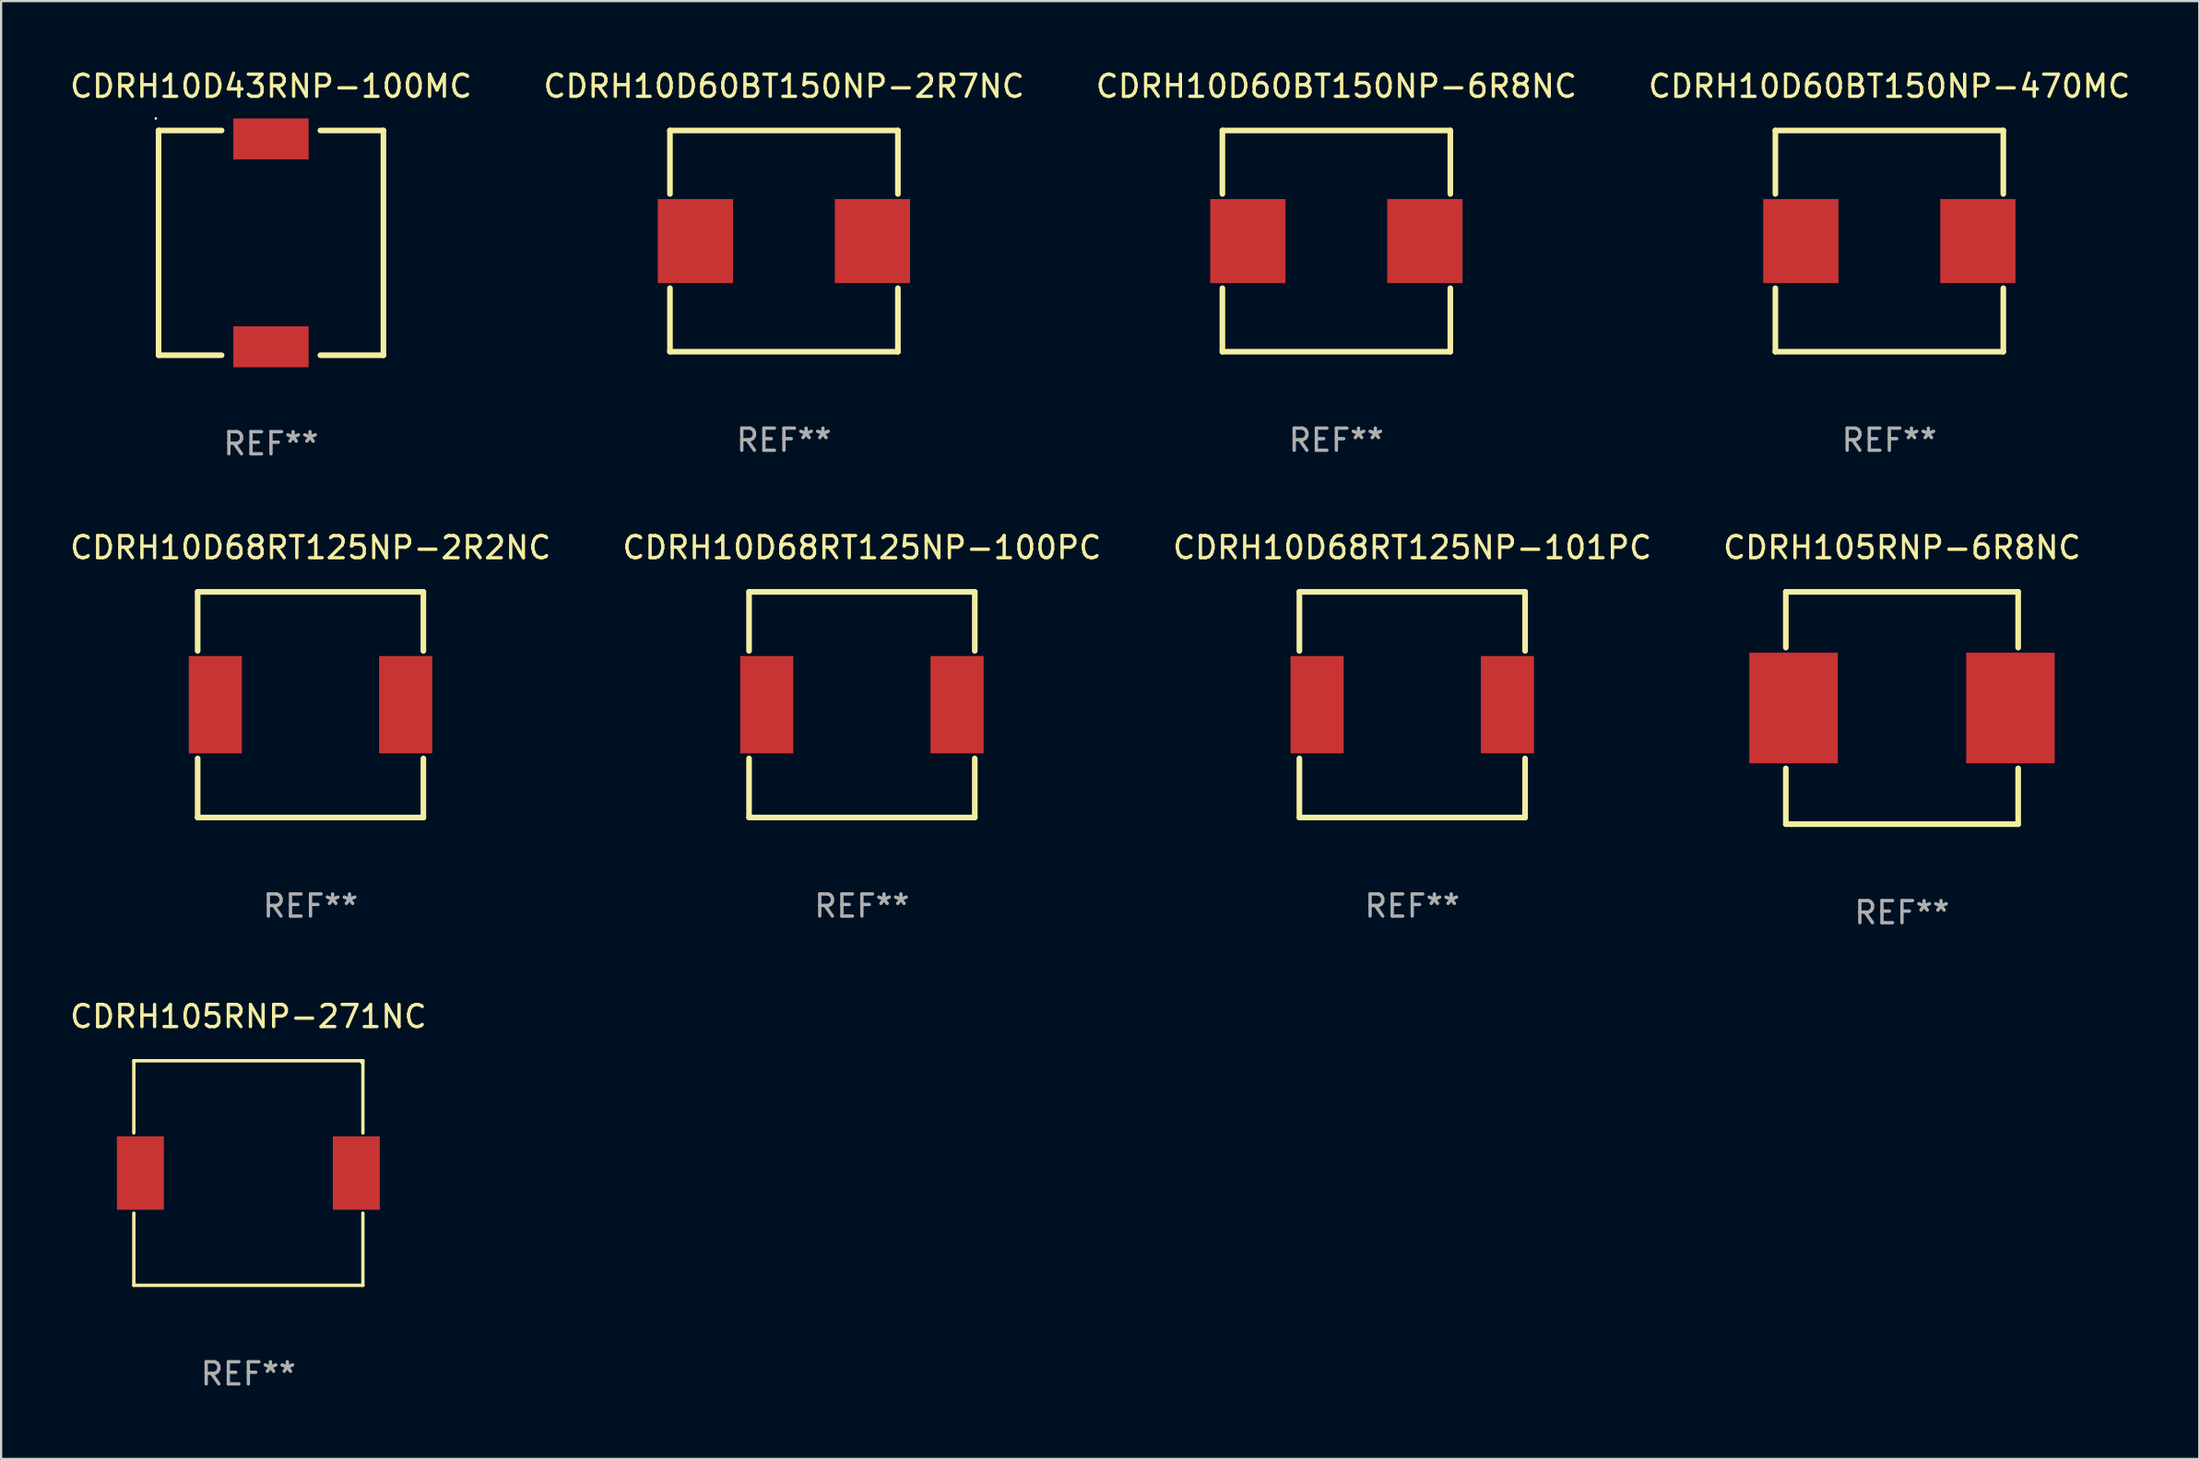
<source format=kicad_pcb>
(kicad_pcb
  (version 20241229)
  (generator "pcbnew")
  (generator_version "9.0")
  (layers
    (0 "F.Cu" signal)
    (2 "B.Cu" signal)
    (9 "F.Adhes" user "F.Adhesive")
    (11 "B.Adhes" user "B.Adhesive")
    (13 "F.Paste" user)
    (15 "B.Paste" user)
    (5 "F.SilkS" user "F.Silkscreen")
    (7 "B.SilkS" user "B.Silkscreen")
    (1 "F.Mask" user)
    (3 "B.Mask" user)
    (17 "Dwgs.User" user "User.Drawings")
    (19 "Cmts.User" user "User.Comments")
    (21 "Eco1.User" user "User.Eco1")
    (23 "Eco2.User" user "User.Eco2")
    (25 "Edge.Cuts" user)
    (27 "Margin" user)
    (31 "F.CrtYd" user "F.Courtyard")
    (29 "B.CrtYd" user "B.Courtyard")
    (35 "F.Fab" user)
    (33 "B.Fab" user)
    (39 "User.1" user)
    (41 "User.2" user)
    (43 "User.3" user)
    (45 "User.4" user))
  (footprint "CDRH10D60BT150NP-6R8NC"
    (layer "F.Cu")
    (at 57.339 7.848)
    (property "Reference" "CDRH10D60BT150NP-6R8NC" (at 0 -7 0) (layer "F.SilkS") (effects (font (size 1 1) (thickness 0.15))))
    (attr through_hole)
    (fp_line (start -5.15 -5) (end 5.15 -5) (stroke (width 0.254) (type solid)) (layer "F.SilkS"))
    (fp_line (start -5.15 -2.131) (end -5.15 -5) (stroke (width 0.254) (type solid)) (layer "F.SilkS"))
    (fp_line (start -5.15 5) (end -5.15 2.131) (stroke (width 0.254) (type solid)) (layer "F.SilkS"))
    (fp_line (start -5.15 5) (end 5.15 5) (stroke (width 0.254) (type solid)) (layer "F.SilkS"))
    (fp_line (start 5.15 -2.131) (end 5.15 -5) (stroke (width 0.254) (type solid)) (layer "F.SilkS"))
    (fp_line (start 5.15 5) (end 5.15 2.131) (stroke (width 0.254) (type solid)) (layer "F.SilkS"))
    (fp_circle (center -5.15 5) (end -5.12 5) (stroke (width 0.06) (type solid)) (fill no) (layer "F.SilkS"))
    (fp_text user "REF**" (at 0 9 0) (layer "F.Fab") (effects (font (size 1 1) (thickness 0.15))))
    (pad "1" smd rect (at -4 0) (size 3.4 3.8) (layers "F.Cu" "F.Mask" "F.Paste"))
    (pad "2" smd rect (at 4 0) (size 3.4 3.8) (layers "F.Cu" "F.Mask" "F.Paste")))
  (footprint "CDRH105RNP-6R8NC"
    (layer "F.Cu")
    (at 82.899 28.955)
    (property "Reference" "CDRH105RNP-6R8NC" (at 0 -7.25 0) (layer "F.SilkS") (effects (font (size 1 1) (thickness 0.15))))
    (attr through_hole)
    (fp_line (start -5.25 -5.25) (end -5.25 -2.731) (stroke (width 0.254) (type solid)) (layer "F.SilkS"))
    (fp_line (start -5.25 -5.25) (end 5.25 -5.25) (stroke (width 0.254) (type solid)) (layer "F.SilkS"))
    (fp_line (start -5.25 2.731) (end -5.25 5.25) (stroke (width 0.254) (type solid)) (layer "F.SilkS"))
    (fp_line (start -4.989 5.25) (end -5.25 5.25) (stroke (width 0.254) (type solid)) (layer "F.SilkS"))
    (fp_line (start 5.25 -5.25) (end 5.25 -2.731) (stroke (width 0.254) (type solid)) (layer "F.SilkS"))
    (fp_line (start 5.25 2.731) (end 5.25 5.25) (stroke (width 0.254) (type solid)) (layer "F.SilkS"))
    (fp_line (start 5.25 5.25) (end -4.989 5.25) (stroke (width 0.254) (type solid)) (layer "F.SilkS"))
    (fp_circle (center -5.25 5.25) (end -5.22 5.25) (stroke (width 0.06) (type solid)) (fill no) (layer "F.SilkS"))
    (fp_text user "REF**" (at 0 9.25 0) (layer "F.Fab") (effects (font (size 1 1) (thickness 0.15))))
    (pad "1" smd rect (at -4.9 -0.000013) (size 4 5) (layers "F.Cu" "F.Mask" "F.Paste"))
    (pad "2" smd rect (at 4.9 -0.000013) (size 4 5) (layers "F.Cu" "F.Mask" "F.Paste")))
  (footprint "CDRH10D68RT125NP-100PC"
    (layer "F.Cu")
    (at 35.899 28.805)
    (property "Reference" "CDRH10D68RT125NP-100PC" (at 0 -7.1 0) (layer "F.SilkS") (effects (font (size 1 1) (thickness 0.15))))
    (attr through_hole)
    (fp_line (start -5.1 -5.1) (end 5.1 -5.1) (stroke (width 0.254) (type solid)) (layer "F.SilkS"))
    (fp_line (start -5.1 -2.431) (end -5.1 -5.1) (stroke (width 0.254) (type solid)) (layer "F.SilkS"))
    (fp_line (start -5.1 5.1) (end -5.1 2.431) (stroke (width 0.254) (type solid)) (layer "F.SilkS"))
    (fp_line (start -5.1 5.1) (end 5.1 5.1) (stroke (width 0.254) (type solid)) (layer "F.SilkS"))
    (fp_line (start 5.1 -2.431) (end 5.1 -5.1) (stroke (width 0.254) (type solid)) (layer "F.SilkS"))
    (fp_line (start 5.1 5.1) (end 5.1 2.431) (stroke (width 0.254) (type solid)) (layer "F.SilkS"))
    (fp_circle (center -5.1 5.1) (end -5.07 5.1) (stroke (width 0.06) (type solid)) (fill no) (layer "F.SilkS"))
    (fp_text user "REF**" (at 0 9.1 0) (layer "F.Fab") (effects (font (size 1 1) (thickness 0.15))))
    (pad "1" smd rect (at -4.3 0) (size 2.4 4.4) (layers "F.Cu" "F.Mask" "F.Paste"))
    (pad "2" smd rect (at 4.3 0) (size 2.4 4.4) (layers "F.Cu" "F.Mask" "F.Paste")))
  (footprint "CDRH10D60BT150NP-2R7NC"
    (layer "F.Cu")
    (at 32.375 7.848)
    (property "Reference" "CDRH10D60BT150NP-2R7NC" (at 0 -7 0) (layer "F.SilkS") (effects (font (size 1 1) (thickness 0.15))))
    (attr through_hole)
    (fp_line (start -5.15 -5) (end 5.15 -5) (stroke (width 0.254) (type solid)) (layer "F.SilkS"))
    (fp_line (start -5.15 -2.131) (end -5.15 -5) (stroke (width 0.254) (type solid)) (layer "F.SilkS"))
    (fp_line (start -5.15 5) (end -5.15 2.131) (stroke (width 0.254) (type solid)) (layer "F.SilkS"))
    (fp_line (start -5.15 5) (end 5.15 5) (stroke (width 0.254) (type solid)) (layer "F.SilkS"))
    (fp_line (start 5.15 -2.131) (end 5.15 -5) (stroke (width 0.254) (type solid)) (layer "F.SilkS"))
    (fp_line (start 5.15 5) (end 5.15 2.131) (stroke (width 0.254) (type solid)) (layer "F.SilkS"))
    (fp_circle (center -5.15 5) (end -5.12 5) (stroke (width 0.06) (type solid)) (fill no) (layer "F.SilkS"))
    (fp_text user "REF**" (at 0 9 0) (layer "F.Fab") (effects (font (size 1 1) (thickness 0.15))))
    (pad "1" smd rect (at -4 0) (size 3.4 3.8) (layers "F.Cu" "F.Mask" "F.Paste"))
    (pad "2" smd rect (at 4 0) (size 3.4 3.8) (layers "F.Cu" "F.Mask" "F.Paste")))
  (footprint "CDRH10D68RT125NP-101PC"
    (layer "F.Cu")
    (at 60.768 28.805)
    (property "Reference" "CDRH10D68RT125NP-101PC" (at 0 -7.1 0) (layer "F.SilkS") (effects (font (size 1 1) (thickness 0.15))))
    (attr through_hole)
    (fp_line (start -5.1 -5.1) (end 5.1 -5.1) (stroke (width 0.254) (type solid)) (layer "F.SilkS"))
    (fp_line (start -5.1 -2.431) (end -5.1 -5.1) (stroke (width 0.254) (type solid)) (layer "F.SilkS"))
    (fp_line (start -5.1 5.1) (end -5.1 2.431) (stroke (width 0.254) (type solid)) (layer "F.SilkS"))
    (fp_line (start -5.1 5.1) (end 5.1 5.1) (stroke (width 0.254) (type solid)) (layer "F.SilkS"))
    (fp_line (start 5.1 -2.431) (end 5.1 -5.1) (stroke (width 0.254) (type solid)) (layer "F.SilkS"))
    (fp_line (start 5.1 5.1) (end 5.1 2.431) (stroke (width 0.254) (type solid)) (layer "F.SilkS"))
    (fp_circle (center -5.1 5.1) (end -5.07 5.1) (stroke (width 0.06) (type solid)) (fill no) (layer "F.SilkS"))
    (fp_text user "REF**" (at 0 9.1 0) (layer "F.Fab") (effects (font (size 1 1) (thickness 0.15))))
    (pad "1" smd rect (at -4.3 0) (size 2.4 4.4) (layers "F.Cu" "F.Mask" "F.Paste"))
    (pad "2" smd rect (at 4.3 0) (size 2.4 4.4) (layers "F.Cu" "F.Mask" "F.Paste")))
  (footprint "CDRH105RNP-271NC"
    (layer "F.Cu")
    (at 8.173 49.977)
    (property "Reference" "CDRH105RNP-271NC" (at 0 -7.076 0) (layer "F.SilkS") (effects (font (size 1 1) (thickness 0.15))))
    (attr through_hole)
    (fp_line (start -5.176 -5.076) (end 5.176 -5.076) (stroke (width 0.152) (type solid)) (layer "F.SilkS"))
    (fp_line (start -5.176 -1.812) (end -5.176 -5.076) (stroke (width 0.152) (type solid)) (layer "F.SilkS"))
    (fp_line (start -5.176 1.812) (end -5.176 5.076) (stroke (width 0.152) (type solid)) (layer "F.SilkS"))
    (fp_line (start -5.176 5.076) (end 5.176 5.076) (stroke (width 0.152) (type solid)) (layer "F.SilkS"))
    (fp_line (start 5.176 -5.076) (end 5.176 -1.812) (stroke (width 0.152) (type solid)) (layer "F.SilkS"))
    (fp_line (start 5.176 5.076) (end 5.176 1.812) (stroke (width 0.152) (type solid)) (layer "F.SilkS"))
    (fp_circle (center 5.1 -5) (end 5.13 -5) (stroke (width 0.06) (type solid)) (fill no) (layer "F.SilkS"))
    (fp_text user "REF**" (at 0 9.076 0) (layer "F.Fab") (effects (font (size 1 1) (thickness 0.15))))
    (pad "1" smd rect (at 4.878 0) (size 2.124 3.32) (layers "F.Cu" "F.Mask" "F.Paste"))
    (pad "2" smd rect (at -4.878 0) (size 2.124 3.32) (layers "F.Cu" "F.Mask" "F.Paste")))
  (footprint "CDRH10D68RT125NP-2R2NC"
    (layer "F.Cu")
    (at 10.982 28.805)
    (property "Reference" "CDRH10D68RT125NP-2R2NC" (at 0 -7.1 0) (layer "F.SilkS") (effects (font (size 1 1) (thickness 0.15))))
    (attr through_hole)
    (fp_line (start -5.1 -5.1) (end 5.1 -5.1) (stroke (width 0.254) (type solid)) (layer "F.SilkS"))
    (fp_line (start -5.1 -2.431) (end -5.1 -5.1) (stroke (width 0.254) (type solid)) (layer "F.SilkS"))
    (fp_line (start -5.1 5.1) (end -5.1 2.431) (stroke (width 0.254) (type solid)) (layer "F.SilkS"))
    (fp_line (start -5.1 5.1) (end 5.1 5.1) (stroke (width 0.254) (type solid)) (layer "F.SilkS"))
    (fp_line (start 5.1 -2.431) (end 5.1 -5.1) (stroke (width 0.254) (type solid)) (layer "F.SilkS"))
    (fp_line (start 5.1 5.1) (end 5.1 2.431) (stroke (width 0.254) (type solid)) (layer "F.SilkS"))
    (fp_circle (center -5.1 5.1) (end -5.07 5.1) (stroke (width 0.06) (type solid)) (fill no) (layer "F.SilkS"))
    (fp_text user "REF**" (at 0 9.1 0) (layer "F.Fab") (effects (font (size 1 1) (thickness 0.15))))
    (pad "1" smd rect (at -4.3 0) (size 2.4 4.4) (layers "F.Cu" "F.Mask" "F.Paste"))
    (pad "2" smd rect (at 4.3 0) (size 2.4 4.4) (layers "F.Cu" "F.Mask" "F.Paste")))
  (footprint "CDRH10D43RNP-100MC"
    (layer "F.Cu")
    (at 9.196 7.928)
    (property "Reference" "CDRH10D43RNP-100MC" (at 0 -7.08 0) (layer "F.SilkS") (effects (font (size 1 1) (thickness 0.15))))
    (attr through_hole)
    (fp_line (start -5.08 -5.08) (end -2.231 -5.08) (stroke (width 0.254) (type solid)) (layer "F.SilkS"))
    (fp_line (start -5.08 5.08) (end -5.08 -5.08) (stroke (width 0.254) (type solid)) (layer "F.SilkS"))
    (fp_line (start -2.231 5.08) (end -5.08 5.08) (stroke (width 0.254) (type solid)) (layer "F.SilkS"))
    (fp_line (start 2.231 -5.08) (end 5.08 -5.08) (stroke (width 0.254) (type solid)) (layer "F.SilkS"))
    (fp_line (start 5.08 -5.08) (end 5.08 5.08) (stroke (width 0.254) (type solid)) (layer "F.SilkS"))
    (fp_line (start 5.08 5.08) (end 2.231 5.08) (stroke (width 0.254) (type solid)) (layer "F.SilkS"))
    (fp_circle (center -5.207 -5.624) (end -5.177 -5.624) (stroke (width 0.06) (type solid)) (fill no) (layer "F.SilkS"))
    (fp_text user "REF**" (at 0 9.08 0) (layer "F.Fab") (effects (font (size 1 1) (thickness 0.15))))
    (pad "1" smd rect (at 0 -4.699 90) (size 1.85 3.4) (layers "F.Cu" "F.Mask" "F.Paste"))
    (pad "2" smd rect (at 0 4.699 90) (size 1.85 3.4) (layers "F.Cu" "F.Mask" "F.Paste")))
  (footprint "CDRH10D60BT150NP-470MC"
    (layer "F.Cu")
    (at 82.327 7.848)
    (property "Reference" "CDRH10D60BT150NP-470MC" (at 0 -7 0) (layer "F.SilkS") (effects (font (size 1 1) (thickness 0.15))))
    (attr through_hole)
    (fp_line (start -5.15 -5) (end 5.15 -5) (stroke (width 0.254) (type solid)) (layer "F.SilkS"))
    (fp_line (start -5.15 -2.131) (end -5.15 -5) (stroke (width 0.254) (type solid)) (layer "F.SilkS"))
    (fp_line (start -5.15 5) (end -5.15 2.131) (stroke (width 0.254) (type solid)) (layer "F.SilkS"))
    (fp_line (start -5.15 5) (end 5.15 5) (stroke (width 0.254) (type solid)) (layer "F.SilkS"))
    (fp_line (start 5.15 -2.131) (end 5.15 -5) (stroke (width 0.254) (type solid)) (layer "F.SilkS"))
    (fp_line (start 5.15 5) (end 5.15 2.131) (stroke (width 0.254) (type solid)) (layer "F.SilkS"))
    (fp_circle (center -5.15 5) (end -5.12 5) (stroke (width 0.06) (type solid)) (fill no) (layer "F.SilkS"))
    (fp_text user "REF**" (at 0 9 0) (layer "F.Fab") (effects (font (size 1 1) (thickness 0.15))))
    (pad "1" smd rect (at -4 0) (size 3.4 3.8) (layers "F.Cu" "F.Mask" "F.Paste"))
    (pad "2" smd rect (at 4 0) (size 3.4 3.8) (layers "F.Cu" "F.Mask" "F.Paste")))
  (gr_rect
    (start -3 -3)
    (end 96.333 62.902)
    (stroke (width 0.1) (type default))
    (fill no)
    (layer "Edge.Cuts")))
</source>
